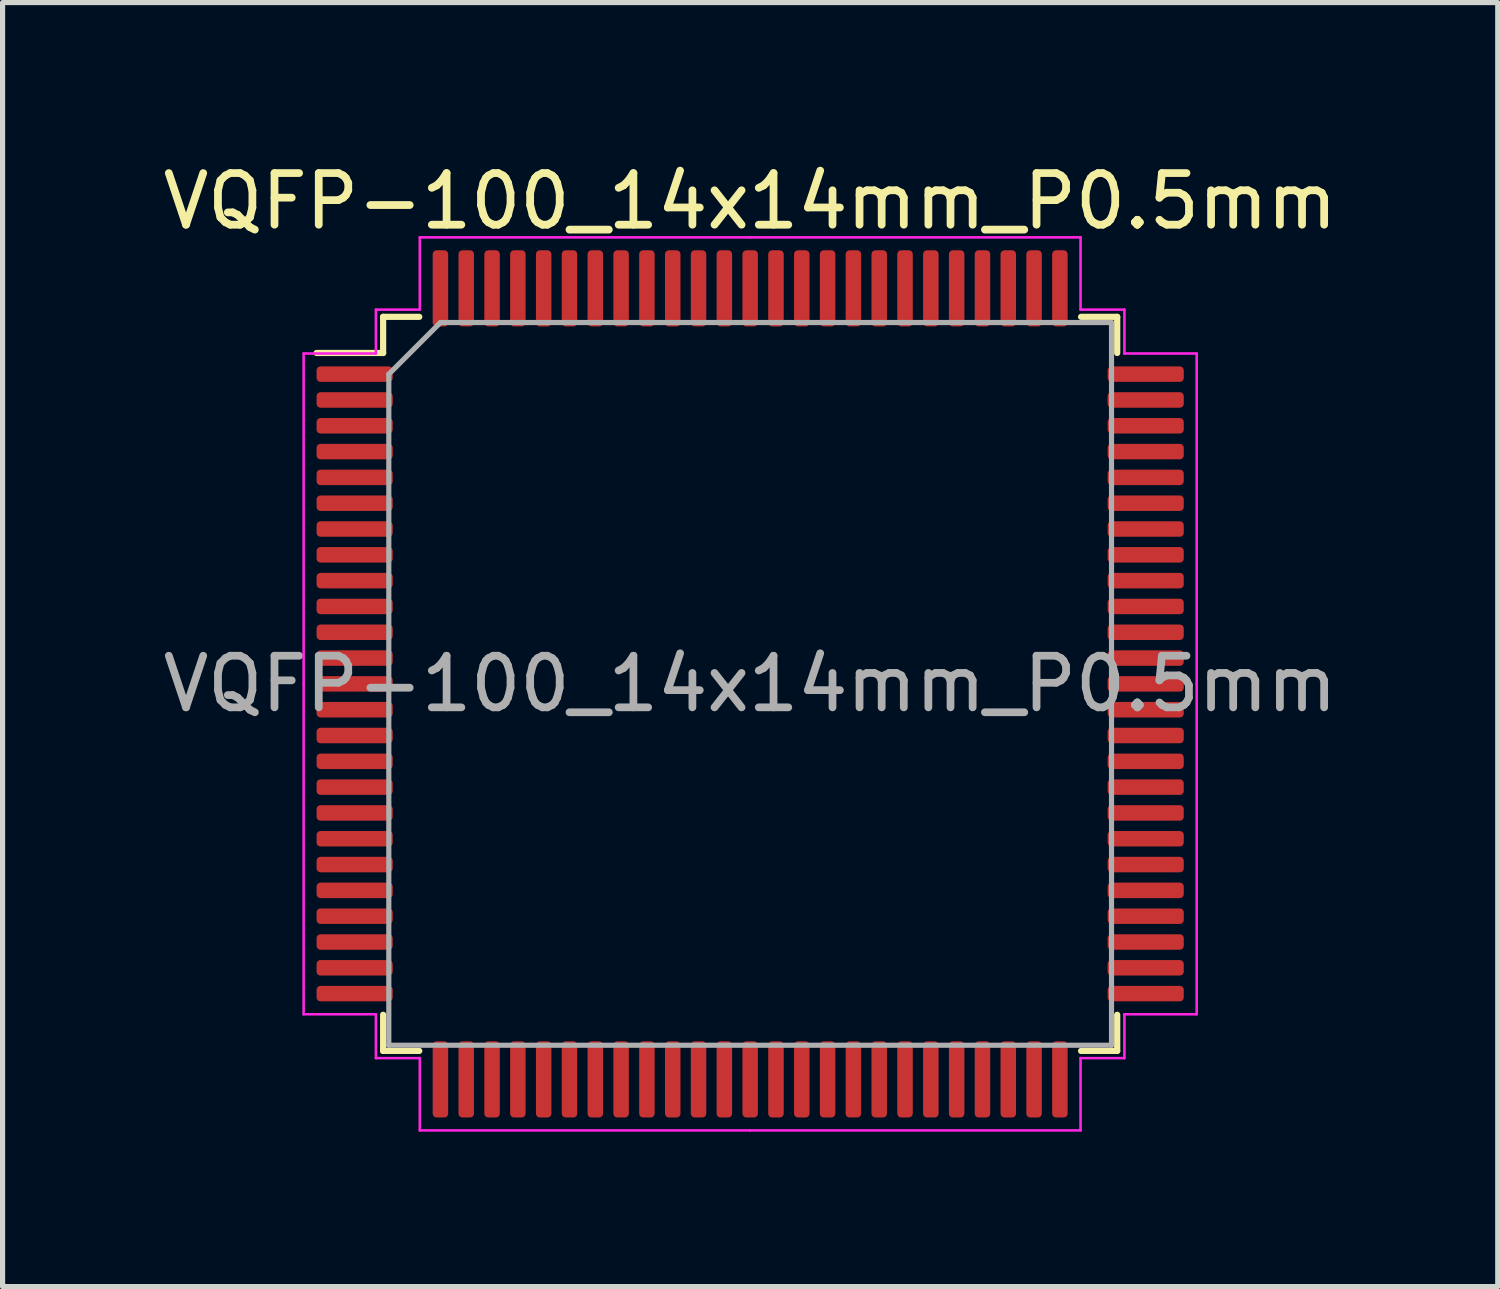
<source format=kicad_pcb>
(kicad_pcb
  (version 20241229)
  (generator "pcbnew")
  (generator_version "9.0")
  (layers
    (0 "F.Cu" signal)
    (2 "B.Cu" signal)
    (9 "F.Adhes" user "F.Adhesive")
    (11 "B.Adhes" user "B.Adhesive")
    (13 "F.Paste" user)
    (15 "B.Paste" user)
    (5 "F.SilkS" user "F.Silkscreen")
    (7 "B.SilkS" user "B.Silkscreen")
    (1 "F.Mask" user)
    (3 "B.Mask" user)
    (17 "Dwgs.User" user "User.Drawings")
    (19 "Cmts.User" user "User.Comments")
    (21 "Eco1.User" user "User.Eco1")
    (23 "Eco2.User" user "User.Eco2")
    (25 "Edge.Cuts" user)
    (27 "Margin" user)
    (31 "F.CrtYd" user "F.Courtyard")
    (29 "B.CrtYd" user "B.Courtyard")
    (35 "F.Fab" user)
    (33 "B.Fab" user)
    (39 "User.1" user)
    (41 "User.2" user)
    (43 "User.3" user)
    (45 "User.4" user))
  (footprint "VQFP-100_14x14mm_P0.5mm"
    (layer "F.Cu")
    (at 11.482 10.198)
    (property "Reference" "VQFP-100_14x14mm_P0.5mm" (at 0 -9.35 0) (layer "F.SilkS") (effects (font (size 1 1) (thickness 0.15))))
    (attr smd)
    (fp_line (start -7.11 -7.11) (end -7.11 -6.41) (stroke (width 0.12) (type solid)) (layer "F.SilkS"))
    (fp_line (start -7.11 -6.41) (end -8.4 -6.41) (stroke (width 0.12) (type solid)) (layer "F.SilkS"))
    (fp_line (start -7.11 7.11) (end -7.11 6.41) (stroke (width 0.12) (type solid)) (layer "F.SilkS"))
    (fp_line (start -6.41 -7.11) (end -7.11 -7.11) (stroke (width 0.12) (type solid)) (layer "F.SilkS"))
    (fp_line (start -6.41 7.11) (end -7.11 7.11) (stroke (width 0.12) (type solid)) (layer "F.SilkS"))
    (fp_line (start 6.41 -7.11) (end 7.11 -7.11) (stroke (width 0.12) (type solid)) (layer "F.SilkS"))
    (fp_line (start 6.41 7.11) (end 7.11 7.11) (stroke (width 0.12) (type solid)) (layer "F.SilkS"))
    (fp_line (start 7.11 -7.11) (end 7.11 -6.41) (stroke (width 0.12) (type solid)) (layer "F.SilkS"))
    (fp_line (start 7.11 7.11) (end 7.11 6.41) (stroke (width 0.12) (type solid)) (layer "F.SilkS"))
    (fp_line (start -8.65 -6.4) (end -8.65 0) (stroke (width 0.05) (type solid)) (layer "F.CrtYd"))
    (fp_line (start -8.65 6.4) (end -8.65 0) (stroke (width 0.05) (type solid)) (layer "F.CrtYd"))
    (fp_line (start -7.25 -7.25) (end -7.25 -6.4) (stroke (width 0.05) (type solid)) (layer "F.CrtYd"))
    (fp_line (start -7.25 -6.4) (end -8.65 -6.4) (stroke (width 0.05) (type solid)) (layer "F.CrtYd"))
    (fp_line (start -7.25 6.4) (end -8.65 6.4) (stroke (width 0.05) (type solid)) (layer "F.CrtYd"))
    (fp_line (start -7.25 7.25) (end -7.25 6.4) (stroke (width 0.05) (type solid)) (layer "F.CrtYd"))
    (fp_line (start -6.4 -8.65) (end -6.4 -7.25) (stroke (width 0.05) (type solid)) (layer "F.CrtYd"))
    (fp_line (start -6.4 -7.25) (end -7.25 -7.25) (stroke (width 0.05) (type solid)) (layer "F.CrtYd"))
    (fp_line (start -6.4 7.25) (end -7.25 7.25) (stroke (width 0.05) (type solid)) (layer "F.CrtYd"))
    (fp_line (start -6.4 8.65) (end -6.4 7.25) (stroke (width 0.05) (type solid)) (layer "F.CrtYd"))
    (fp_line (start 0 -8.65) (end -6.4 -8.65) (stroke (width 0.05) (type solid)) (layer "F.CrtYd"))
    (fp_line (start 0 -8.65) (end 6.4 -8.65) (stroke (width 0.05) (type solid)) (layer "F.CrtYd"))
    (fp_line (start 0 8.65) (end -6.4 8.65) (stroke (width 0.05) (type solid)) (layer "F.CrtYd"))
    (fp_line (start 0 8.65) (end 6.4 8.65) (stroke (width 0.05) (type solid)) (layer "F.CrtYd"))
    (fp_line (start 6.4 -8.65) (end 6.4 -7.25) (stroke (width 0.05) (type solid)) (layer "F.CrtYd"))
    (fp_line (start 6.4 -7.25) (end 7.25 -7.25) (stroke (width 0.05) (type solid)) (layer "F.CrtYd"))
    (fp_line (start 6.4 7.25) (end 7.25 7.25) (stroke (width 0.05) (type solid)) (layer "F.CrtYd"))
    (fp_line (start 6.4 8.65) (end 6.4 7.25) (stroke (width 0.05) (type solid)) (layer "F.CrtYd"))
    (fp_line (start 7.25 -7.25) (end 7.25 -6.4) (stroke (width 0.05) (type solid)) (layer "F.CrtYd"))
    (fp_line (start 7.25 -6.4) (end 8.65 -6.4) (stroke (width 0.05) (type solid)) (layer "F.CrtYd"))
    (fp_line (start 7.25 6.4) (end 8.65 6.4) (stroke (width 0.05) (type solid)) (layer "F.CrtYd"))
    (fp_line (start 7.25 7.25) (end 7.25 6.4) (stroke (width 0.05) (type solid)) (layer "F.CrtYd"))
    (fp_line (start 8.65 -6.4) (end 8.65 0) (stroke (width 0.05) (type solid)) (layer "F.CrtYd"))
    (fp_line (start 8.65 6.4) (end 8.65 0) (stroke (width 0.05) (type solid)) (layer "F.CrtYd"))
    (fp_line (start -7 -6) (end -6 -7) (stroke (width 0.1) (type solid)) (layer "F.Fab"))
    (fp_line (start -7 7) (end -7 -6) (stroke (width 0.1) (type solid)) (layer "F.Fab"))
    (fp_line (start -6 -7) (end 7 -7) (stroke (width 0.1) (type solid)) (layer "F.Fab"))
    (fp_line (start 7 -7) (end 7 7) (stroke (width 0.1) (type solid)) (layer "F.Fab"))
    (fp_line (start 7 7) (end -7 7) (stroke (width 0.1) (type solid)) (layer "F.Fab"))
    (fp_text user "${REFERENCE}" (at 0 0 0) (layer "F.Fab") (effects (font (size 1 1) (thickness 0.15))))
    (pad "1" smd roundrect (at -7.662 -6) (size 1.475 0.3) (layers "F.Cu" "F.Mask" "F.Paste") (roundrect_rratio 0.25))
    (pad "2" smd roundrect (at -7.662 -5.5) (size 1.475 0.3) (layers "F.Cu" "F.Mask" "F.Paste") (roundrect_rratio 0.25))
    (pad "3" smd roundrect (at -7.662 -5) (size 1.475 0.3) (layers "F.Cu" "F.Mask" "F.Paste") (roundrect_rratio 0.25))
    (pad "4" smd roundrect (at -7.662 -4.5) (size 1.475 0.3) (layers "F.Cu" "F.Mask" "F.Paste") (roundrect_rratio 0.25))
    (pad "5" smd roundrect (at -7.662 -4) (size 1.475 0.3) (layers "F.Cu" "F.Mask" "F.Paste") (roundrect_rratio 0.25))
    (pad "6" smd roundrect (at -7.662 -3.5) (size 1.475 0.3) (layers "F.Cu" "F.Mask" "F.Paste") (roundrect_rratio 0.25))
    (pad "7" smd roundrect (at -7.662 -3) (size 1.475 0.3) (layers "F.Cu" "F.Mask" "F.Paste") (roundrect_rratio 0.25))
    (pad "8" smd roundrect (at -7.662 -2.5) (size 1.475 0.3) (layers "F.Cu" "F.Mask" "F.Paste") (roundrect_rratio 0.25))
    (pad "9" smd roundrect (at -7.662 -2) (size 1.475 0.3) (layers "F.Cu" "F.Mask" "F.Paste") (roundrect_rratio 0.25))
    (pad "10" smd roundrect (at -7.662 -1.5) (size 1.475 0.3) (layers "F.Cu" "F.Mask" "F.Paste") (roundrect_rratio 0.25))
    (pad "11" smd roundrect (at -7.662 -1) (size 1.475 0.3) (layers "F.Cu" "F.Mask" "F.Paste") (roundrect_rratio 0.25))
    (pad "12" smd roundrect (at -7.662 -0.5) (size 1.475 0.3) (layers "F.Cu" "F.Mask" "F.Paste") (roundrect_rratio 0.25))
    (pad "13" smd roundrect (at -7.662 0) (size 1.475 0.3) (layers "F.Cu" "F.Mask" "F.Paste") (roundrect_rratio 0.25))
    (pad "14" smd roundrect (at -7.662 0.5) (size 1.475 0.3) (layers "F.Cu" "F.Mask" "F.Paste") (roundrect_rratio 0.25))
    (pad "15" smd roundrect (at -7.662 1) (size 1.475 0.3) (layers "F.Cu" "F.Mask" "F.Paste") (roundrect_rratio 0.25))
    (pad "16" smd roundrect (at -7.662 1.5) (size 1.475 0.3) (layers "F.Cu" "F.Mask" "F.Paste") (roundrect_rratio 0.25))
    (pad "17" smd roundrect (at -7.662 2) (size 1.475 0.3) (layers "F.Cu" "F.Mask" "F.Paste") (roundrect_rratio 0.25))
    (pad "18" smd roundrect (at -7.662 2.5) (size 1.475 0.3) (layers "F.Cu" "F.Mask" "F.Paste") (roundrect_rratio 0.25))
    (pad "19" smd roundrect (at -7.662 3) (size 1.475 0.3) (layers "F.Cu" "F.Mask" "F.Paste") (roundrect_rratio 0.25))
    (pad "20" smd roundrect (at -7.662 3.5) (size 1.475 0.3) (layers "F.Cu" "F.Mask" "F.Paste") (roundrect_rratio 0.25))
    (pad "21" smd roundrect (at -7.662 4) (size 1.475 0.3) (layers "F.Cu" "F.Mask" "F.Paste") (roundrect_rratio 0.25))
    (pad "22" smd roundrect (at -7.662 4.5) (size 1.475 0.3) (layers "F.Cu" "F.Mask" "F.Paste") (roundrect_rratio 0.25))
    (pad "23" smd roundrect (at -7.662 5) (size 1.475 0.3) (layers "F.Cu" "F.Mask" "F.Paste") (roundrect_rratio 0.25))
    (pad "24" smd roundrect (at -7.662 5.5) (size 1.475 0.3) (layers "F.Cu" "F.Mask" "F.Paste") (roundrect_rratio 0.25))
    (pad "25" smd roundrect (at -7.662 6) (size 1.475 0.3) (layers "F.Cu" "F.Mask" "F.Paste") (roundrect_rratio 0.25))
    (pad "26" smd roundrect (at -6 7.662) (size 0.3 1.475) (layers "F.Cu" "F.Mask" "F.Paste") (roundrect_rratio 0.25))
    (pad "27" smd roundrect (at -5.5 7.662) (size 0.3 1.475) (layers "F.Cu" "F.Mask" "F.Paste") (roundrect_rratio 0.25))
    (pad "28" smd roundrect (at -5 7.662) (size 0.3 1.475) (layers "F.Cu" "F.Mask" "F.Paste") (roundrect_rratio 0.25))
    (pad "29" smd roundrect (at -4.5 7.662) (size 0.3 1.475) (layers "F.Cu" "F.Mask" "F.Paste") (roundrect_rratio 0.25))
    (pad "30" smd roundrect (at -4 7.662) (size 0.3 1.475) (layers "F.Cu" "F.Mask" "F.Paste") (roundrect_rratio 0.25))
    (pad "31" smd roundrect (at -3.5 7.662) (size 0.3 1.475) (layers "F.Cu" "F.Mask" "F.Paste") (roundrect_rratio 0.25))
    (pad "32" smd roundrect (at -3 7.662) (size 0.3 1.475) (layers "F.Cu" "F.Mask" "F.Paste") (roundrect_rratio 0.25))
    (pad "33" smd roundrect (at -2.5 7.662) (size 0.3 1.475) (layers "F.Cu" "F.Mask" "F.Paste") (roundrect_rratio 0.25))
    (pad "34" smd roundrect (at -2 7.662) (size 0.3 1.475) (layers "F.Cu" "F.Mask" "F.Paste") (roundrect_rratio 0.25))
    (pad "35" smd roundrect (at -1.5 7.662) (size 0.3 1.475) (layers "F.Cu" "F.Mask" "F.Paste") (roundrect_rratio 0.25))
    (pad "36" smd roundrect (at -1 7.662) (size 0.3 1.475) (layers "F.Cu" "F.Mask" "F.Paste") (roundrect_rratio 0.25))
    (pad "37" smd roundrect (at -0.5 7.662) (size 0.3 1.475) (layers "F.Cu" "F.Mask" "F.Paste") (roundrect_rratio 0.25))
    (pad "38" smd roundrect (at 0 7.662) (size 0.3 1.475) (layers "F.Cu" "F.Mask" "F.Paste") (roundrect_rratio 0.25))
    (pad "39" smd roundrect (at 0.5 7.662) (size 0.3 1.475) (layers "F.Cu" "F.Mask" "F.Paste") (roundrect_rratio 0.25))
    (pad "40" smd roundrect (at 1 7.662) (size 0.3 1.475) (layers "F.Cu" "F.Mask" "F.Paste") (roundrect_rratio 0.25))
    (pad "41" smd roundrect (at 1.5 7.662) (size 0.3 1.475) (layers "F.Cu" "F.Mask" "F.Paste") (roundrect_rratio 0.25))
    (pad "42" smd roundrect (at 2 7.662) (size 0.3 1.475) (layers "F.Cu" "F.Mask" "F.Paste") (roundrect_rratio 0.25))
    (pad "43" smd roundrect (at 2.5 7.662) (size 0.3 1.475) (layers "F.Cu" "F.Mask" "F.Paste") (roundrect_rratio 0.25))
    (pad "44" smd roundrect (at 3 7.662) (size 0.3 1.475) (layers "F.Cu" "F.Mask" "F.Paste") (roundrect_rratio 0.25))
    (pad "45" smd roundrect (at 3.5 7.662) (size 0.3 1.475) (layers "F.Cu" "F.Mask" "F.Paste") (roundrect_rratio 0.25))
    (pad "46" smd roundrect (at 4 7.662) (size 0.3 1.475) (layers "F.Cu" "F.Mask" "F.Paste") (roundrect_rratio 0.25))
    (pad "47" smd roundrect (at 4.5 7.662) (size 0.3 1.475) (layers "F.Cu" "F.Mask" "F.Paste") (roundrect_rratio 0.25))
    (pad "48" smd roundrect (at 5 7.662) (size 0.3 1.475) (layers "F.Cu" "F.Mask" "F.Paste") (roundrect_rratio 0.25))
    (pad "49" smd roundrect (at 5.5 7.662) (size 0.3 1.475) (layers "F.Cu" "F.Mask" "F.Paste") (roundrect_rratio 0.25))
    (pad "50" smd roundrect (at 6 7.662) (size 0.3 1.475) (layers "F.Cu" "F.Mask" "F.Paste") (roundrect_rratio 0.25))
    (pad "51" smd roundrect (at 7.662 6) (size 1.475 0.3) (layers "F.Cu" "F.Mask" "F.Paste") (roundrect_rratio 0.25))
    (pad "52" smd roundrect (at 7.662 5.5) (size 1.475 0.3) (layers "F.Cu" "F.Mask" "F.Paste") (roundrect_rratio 0.25))
    (pad "53" smd roundrect (at 7.662 5) (size 1.475 0.3) (layers "F.Cu" "F.Mask" "F.Paste") (roundrect_rratio 0.25))
    (pad "54" smd roundrect (at 7.662 4.5) (size 1.475 0.3) (layers "F.Cu" "F.Mask" "F.Paste") (roundrect_rratio 0.25))
    (pad "55" smd roundrect (at 7.662 4) (size 1.475 0.3) (layers "F.Cu" "F.Mask" "F.Paste") (roundrect_rratio 0.25))
    (pad "56" smd roundrect (at 7.662 3.5) (size 1.475 0.3) (layers "F.Cu" "F.Mask" "F.Paste") (roundrect_rratio 0.25))
    (pad "57" smd roundrect (at 7.662 3) (size 1.475 0.3) (layers "F.Cu" "F.Mask" "F.Paste") (roundrect_rratio 0.25))
    (pad "58" smd roundrect (at 7.662 2.5) (size 1.475 0.3) (layers "F.Cu" "F.Mask" "F.Paste") (roundrect_rratio 0.25))
    (pad "59" smd roundrect (at 7.662 2) (size 1.475 0.3) (layers "F.Cu" "F.Mask" "F.Paste") (roundrect_rratio 0.25))
    (pad "60" smd roundrect (at 7.662 1.5) (size 1.475 0.3) (layers "F.Cu" "F.Mask" "F.Paste") (roundrect_rratio 0.25))
    (pad "61" smd roundrect (at 7.662 1) (size 1.475 0.3) (layers "F.Cu" "F.Mask" "F.Paste") (roundrect_rratio 0.25))
    (pad "62" smd roundrect (at 7.662 0.5) (size 1.475 0.3) (layers "F.Cu" "F.Mask" "F.Paste") (roundrect_rratio 0.25))
    (pad "63" smd roundrect (at 7.662 0) (size 1.475 0.3) (layers "F.Cu" "F.Mask" "F.Paste") (roundrect_rratio 0.25))
    (pad "64" smd roundrect (at 7.662 -0.5) (size 1.475 0.3) (layers "F.Cu" "F.Mask" "F.Paste") (roundrect_rratio 0.25))
    (pad "65" smd roundrect (at 7.662 -1) (size 1.475 0.3) (layers "F.Cu" "F.Mask" "F.Paste") (roundrect_rratio 0.25))
    (pad "66" smd roundrect (at 7.662 -1.5) (size 1.475 0.3) (layers "F.Cu" "F.Mask" "F.Paste") (roundrect_rratio 0.25))
    (pad "67" smd roundrect (at 7.662 -2) (size 1.475 0.3) (layers "F.Cu" "F.Mask" "F.Paste") (roundrect_rratio 0.25))
    (pad "68" smd roundrect (at 7.662 -2.5) (size 1.475 0.3) (layers "F.Cu" "F.Mask" "F.Paste") (roundrect_rratio 0.25))
    (pad "69" smd roundrect (at 7.662 -3) (size 1.475 0.3) (layers "F.Cu" "F.Mask" "F.Paste") (roundrect_rratio 0.25))
    (pad "70" smd roundrect (at 7.662 -3.5) (size 1.475 0.3) (layers "F.Cu" "F.Mask" "F.Paste") (roundrect_rratio 0.25))
    (pad "71" smd roundrect (at 7.662 -4) (size 1.475 0.3) (layers "F.Cu" "F.Mask" "F.Paste") (roundrect_rratio 0.25))
    (pad "72" smd roundrect (at 7.662 -4.5) (size 1.475 0.3) (layers "F.Cu" "F.Mask" "F.Paste") (roundrect_rratio 0.25))
    (pad "73" smd roundrect (at 7.662 -5) (size 1.475 0.3) (layers "F.Cu" "F.Mask" "F.Paste") (roundrect_rratio 0.25))
    (pad "74" smd roundrect (at 7.662 -5.5) (size 1.475 0.3) (layers "F.Cu" "F.Mask" "F.Paste") (roundrect_rratio 0.25))
    (pad "75" smd roundrect (at 7.662 -6) (size 1.475 0.3) (layers "F.Cu" "F.Mask" "F.Paste") (roundrect_rratio 0.25))
    (pad "76" smd roundrect (at 6 -7.662) (size 0.3 1.475) (layers "F.Cu" "F.Mask" "F.Paste") (roundrect_rratio 0.25))
    (pad "77" smd roundrect (at 5.5 -7.662) (size 0.3 1.475) (layers "F.Cu" "F.Mask" "F.Paste") (roundrect_rratio 0.25))
    (pad "78" smd roundrect (at 5 -7.662) (size 0.3 1.475) (layers "F.Cu" "F.Mask" "F.Paste") (roundrect_rratio 0.25))
    (pad "79" smd roundrect (at 4.5 -7.662) (size 0.3 1.475) (layers "F.Cu" "F.Mask" "F.Paste") (roundrect_rratio 0.25))
    (pad "80" smd roundrect (at 4 -7.662) (size 0.3 1.475) (layers "F.Cu" "F.Mask" "F.Paste") (roundrect_rratio 0.25))
    (pad "81" smd roundrect (at 3.5 -7.662) (size 0.3 1.475) (layers "F.Cu" "F.Mask" "F.Paste") (roundrect_rratio 0.25))
    (pad "82" smd roundrect (at 3 -7.662) (size 0.3 1.475) (layers "F.Cu" "F.Mask" "F.Paste") (roundrect_rratio 0.25))
    (pad "83" smd roundrect (at 2.5 -7.662) (size 0.3 1.475) (layers "F.Cu" "F.Mask" "F.Paste") (roundrect_rratio 0.25))
    (pad "84" smd roundrect (at 2 -7.662) (size 0.3 1.475) (layers "F.Cu" "F.Mask" "F.Paste") (roundrect_rratio 0.25))
    (pad "85" smd roundrect (at 1.5 -7.662) (size 0.3 1.475) (layers "F.Cu" "F.Mask" "F.Paste") (roundrect_rratio 0.25))
    (pad "86" smd roundrect (at 1 -7.662) (size 0.3 1.475) (layers "F.Cu" "F.Mask" "F.Paste") (roundrect_rratio 0.25))
    (pad "87" smd roundrect (at 0.5 -7.662) (size 0.3 1.475) (layers "F.Cu" "F.Mask" "F.Paste") (roundrect_rratio 0.25))
    (pad "88" smd roundrect (at 0 -7.662) (size 0.3 1.475) (layers "F.Cu" "F.Mask" "F.Paste") (roundrect_rratio 0.25))
    (pad "89" smd roundrect (at -0.5 -7.662) (size 0.3 1.475) (layers "F.Cu" "F.Mask" "F.Paste") (roundrect_rratio 0.25))
    (pad "90" smd roundrect (at -1 -7.662) (size 0.3 1.475) (layers "F.Cu" "F.Mask" "F.Paste") (roundrect_rratio 0.25))
    (pad "91" smd roundrect (at -1.5 -7.662) (size 0.3 1.475) (layers "F.Cu" "F.Mask" "F.Paste") (roundrect_rratio 0.25))
    (pad "92" smd roundrect (at -2 -7.662) (size 0.3 1.475) (layers "F.Cu" "F.Mask" "F.Paste") (roundrect_rratio 0.25))
    (pad "93" smd roundrect (at -2.5 -7.662) (size 0.3 1.475) (layers "F.Cu" "F.Mask" "F.Paste") (roundrect_rratio 0.25))
    (pad "94" smd roundrect (at -3 -7.662) (size 0.3 1.475) (layers "F.Cu" "F.Mask" "F.Paste") (roundrect_rratio 0.25))
    (pad "95" smd roundrect (at -3.5 -7.662) (size 0.3 1.475) (layers "F.Cu" "F.Mask" "F.Paste") (roundrect_rratio 0.25))
    (pad "96" smd roundrect (at -4 -7.662) (size 0.3 1.475) (layers "F.Cu" "F.Mask" "F.Paste") (roundrect_rratio 0.25))
    (pad "97" smd roundrect (at -4.5 -7.662) (size 0.3 1.475) (layers "F.Cu" "F.Mask" "F.Paste") (roundrect_rratio 0.25))
    (pad "98" smd roundrect (at -5 -7.662) (size 0.3 1.475) (layers "F.Cu" "F.Mask" "F.Paste") (roundrect_rratio 0.25))
    (pad "99" smd roundrect (at -5.5 -7.662) (size 0.3 1.475) (layers "F.Cu" "F.Mask" "F.Paste") (roundrect_rratio 0.25))
    (pad "100" smd roundrect (at -6 -7.662) (size 0.3 1.475) (layers "F.Cu" "F.Mask" "F.Paste") (roundrect_rratio 0.25)))
  (gr_rect
    (start -3 -3)
    (end 25.964 21.873)
    (stroke (width 0.1) (type default))
    (fill no)
    (layer "Edge.Cuts")))
</source>
